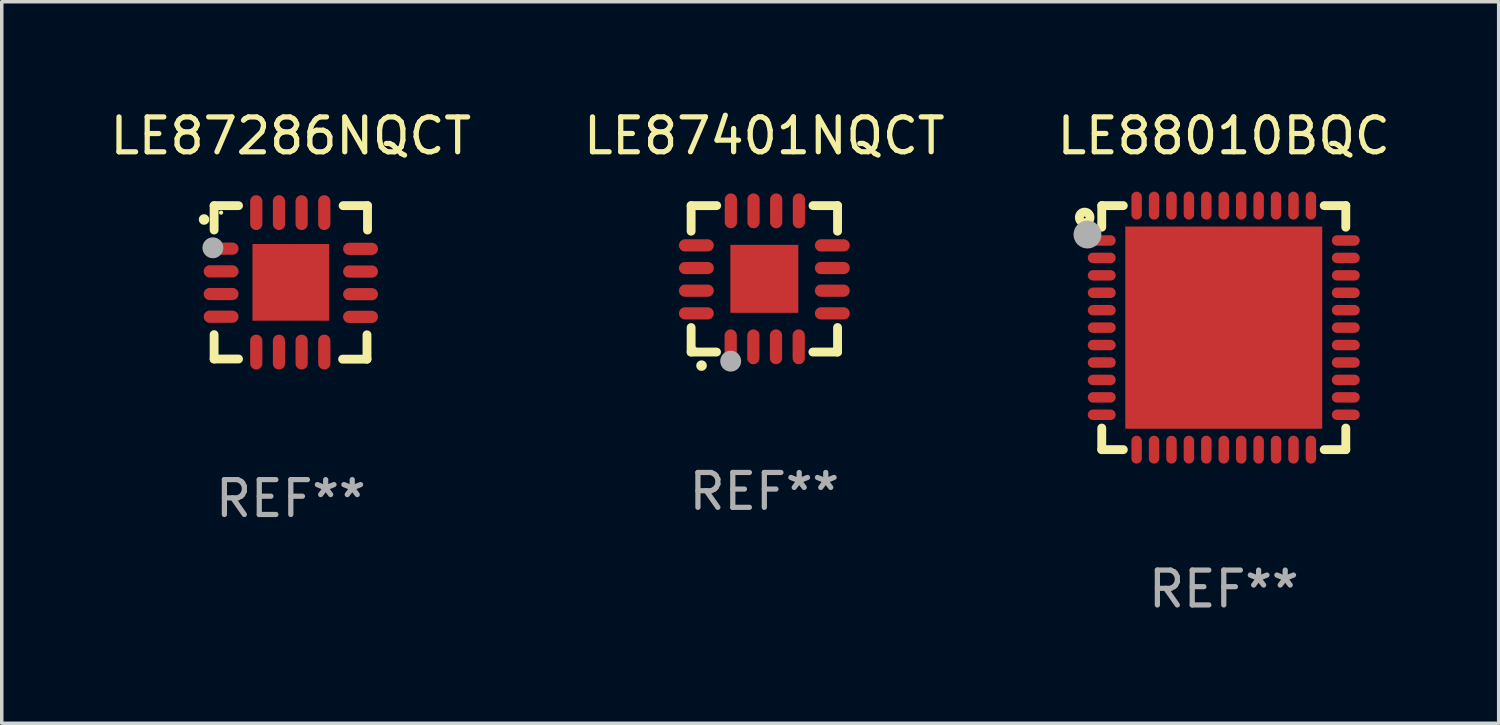
<source format=kicad_pcb>
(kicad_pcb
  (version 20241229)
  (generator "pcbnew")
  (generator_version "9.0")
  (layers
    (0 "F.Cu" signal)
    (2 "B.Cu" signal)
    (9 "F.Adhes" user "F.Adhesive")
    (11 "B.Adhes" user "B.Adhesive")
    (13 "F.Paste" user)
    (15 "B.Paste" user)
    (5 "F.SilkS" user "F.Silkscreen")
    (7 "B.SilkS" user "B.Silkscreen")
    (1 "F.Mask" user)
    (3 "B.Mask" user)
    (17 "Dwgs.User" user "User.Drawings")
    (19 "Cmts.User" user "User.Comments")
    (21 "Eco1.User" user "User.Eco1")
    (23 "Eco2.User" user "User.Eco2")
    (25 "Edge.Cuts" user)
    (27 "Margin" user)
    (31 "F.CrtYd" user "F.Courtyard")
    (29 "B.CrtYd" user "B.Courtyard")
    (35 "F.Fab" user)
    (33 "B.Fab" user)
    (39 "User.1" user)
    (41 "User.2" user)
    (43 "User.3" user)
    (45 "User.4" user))
  (footprint "LE87286NQCT"
    (layer "F.Cu")
    (at 5.292 5.051)
    (property "Reference" "LE87286NQCT" (at 0 -4.202 0) (layer "F.SilkS") (effects (font (size 1 1) (thickness 0.15))))
    (attr through_hole)
    (fp_line (start -2.2 -2.202) (end -1.5 -2.202) (stroke (width 0.254) (type solid)) (layer "F.SilkS"))
    (fp_line (start -2.2 -1.503) (end -2.2 -2.202) (stroke (width 0.254) (type solid)) (layer "F.SilkS"))
    (fp_line (start -2.2 1.498) (end -2.2 2.197) (stroke (width 0.254) (type solid)) (layer "F.SilkS"))
    (fp_line (start -2.2 2.197) (end -1.5 2.197) (stroke (width 0.254) (type solid)) (layer "F.SilkS"))
    (fp_line (start 1.485 2.202) (end 2.185 2.202) (stroke (width 0.254) (type solid)) (layer "F.SilkS"))
    (fp_line (start 2.185 2.202) (end 2.185 1.503) (stroke (width 0.254) (type solid)) (layer "F.SilkS"))
    (fp_line (start 2.2 -2.202) (end 1.5 -2.202) (stroke (width 0.254) (type solid)) (layer "F.SilkS"))
    (fp_line (start 2.2 -1.503) (end 2.2 -2.202) (stroke (width 0.254) (type solid)) (layer "F.SilkS"))
    (fp_arc (start -2.489205 -1.803404) (mid -2.48921 -1.804674) (end -2.489205 -1.805944) (stroke (width 0.3) (type solid)) (layer "F.SilkS"))
    (fp_circle (center -2 -2.002) (end -1.97 -2.002) (stroke (width 0.06) (type solid)) (fill no) (layer "F.SilkS"))
    (fp_circle (center -2.235 -0.993) (end -2.085 -0.993) (stroke (width 0.3) (type solid)) (fill no) (layer "F.Fab"))
    (fp_text user "REF**" (at 0 6.202 0) (layer "F.Fab") (effects (font (size 1 1) (thickness 0.15))))
    (pad "1" smd oval (at -2 -0.968 270) (size 0.35 1) (layers "F.Cu" "F.Mask" "F.Paste"))
    (pad "2" smd oval (at -2 -0.317 270) (size 0.35 1) (layers "F.Cu" "F.Mask" "F.Paste"))
    (pad "3" smd oval (at -2 0.333 270) (size 0.35 1) (layers "F.Cu" "F.Mask" "F.Paste"))
    (pad "4" smd oval (at -2 0.983 270) (size 0.35 1) (layers "F.Cu" "F.Mask" "F.Paste"))
    (pad "5" smd oval (at -0.991 1.998) (size 0.35 1) (layers "F.Cu" "F.Mask" "F.Paste"))
    (pad "6" smd oval (at -0.34 1.998) (size 0.35 1) (layers "F.Cu" "F.Mask" "F.Paste"))
    (pad "7" smd oval (at 0.31 1.998) (size 0.35 1) (layers "F.Cu" "F.Mask" "F.Paste"))
    (pad "8" smd oval (at 0.96 1.998) (size 0.35 1) (layers "F.Cu" "F.Mask" "F.Paste"))
    (pad "9" smd oval (at 2 0.988 270) (size 0.35 1) (layers "F.Cu" "F.Mask" "F.Paste"))
    (pad "10" smd oval (at 2 0.338 270) (size 0.35 1) (layers "F.Cu" "F.Mask" "F.Paste"))
    (pad "11" smd oval (at 2 -0.312 270) (size 0.35 1) (layers "F.Cu" "F.Mask" "F.Paste"))
    (pad "12" smd oval (at 2 -0.963 270) (size 0.35 1) (layers "F.Cu" "F.Mask" "F.Paste"))
    (pad "13" smd oval (at 0.96 -2.002) (size 0.35 1) (layers "F.Cu" "F.Mask" "F.Paste"))
    (pad "14" smd oval (at 0.31 -2.002) (size 0.35 1) (layers "F.Cu" "F.Mask" "F.Paste"))
    (pad "15" smd oval (at -0.34 -2.002) (size 0.35 1) (layers "F.Cu" "F.Mask" "F.Paste"))
    (pad "16" smd oval (at -0.991 -2.002) (size 0.35 1) (layers "F.Cu" "F.Mask" "F.Paste"))
    (pad "17" smd rect (at -0.000102 -0.002) (size 2.2 2.2) (layers "F.Cu" "F.Mask" "F.Paste")))
  (footprint "LE88010BQC"
    (layer "F.Cu")
    (at 32.054 6.348)
    (property "Reference" "LE88010BQC" (at 0 -5.5 0) (layer "F.SilkS") (effects (font (size 1 1) (thickness 0.15))))
    (attr through_hole)
    (fp_line (start -3.5 -3.5) (end -2.881 -3.5) (stroke (width 0.254) (type solid)) (layer "F.SilkS"))
    (fp_line (start -3.5 -2.881) (end -3.5 -3.5) (stroke (width 0.254) (type solid)) (layer "F.SilkS"))
    (fp_line (start -3.5 3.5) (end -3.5 2.881) (stroke (width 0.254) (type solid)) (layer "F.SilkS"))
    (fp_line (start -2.881 3.5) (end -3.5 3.5) (stroke (width 0.254) (type solid)) (layer "F.SilkS"))
    (fp_line (start 2.881 -3.5) (end 3.5 -3.5) (stroke (width 0.254) (type solid)) (layer "F.SilkS"))
    (fp_line (start 3.5 -3.5) (end 3.5 -2.881) (stroke (width 0.254) (type solid)) (layer "F.SilkS"))
    (fp_line (start 3.5 2.881) (end 3.5 3.5) (stroke (width 0.254) (type solid)) (layer "F.SilkS"))
    (fp_line (start 3.5 3.5) (end 2.881 3.5) (stroke (width 0.254) (type solid)) (layer "F.SilkS"))
    (fp_circle (center -3.99 -3.16) (end -3.837 -3.16) (stroke (width 0.254) (type solid)) (fill no) (layer "F.SilkS"))
    (fp_circle (center -3.496 -3.5) (end -3.466 -3.5) (stroke (width 0.06) (type solid)) (fill no) (layer "F.SilkS"))
    (fp_circle (center -3.91 -2.67) (end -3.71 -2.67) (stroke (width 0.4) (type solid)) (fill no) (layer "F.Fab"))
    (fp_text user "REF**" (at 0 7.5 0) (layer "F.Fab") (effects (font (size 1 1) (thickness 0.15))))
    (pad "1" smd oval (at -3.5 -2.5) (size 0.8 0.3) (layers "F.Cu" "F.Mask" "F.Paste"))
    (pad "2" smd oval (at -3.5 -2) (size 0.8 0.3) (layers "F.Cu" "F.Mask" "F.Paste"))
    (pad "3" smd oval (at -3.5 -1.5) (size 0.8 0.3) (layers "F.Cu" "F.Mask" "F.Paste"))
    (pad "4" smd oval (at -3.5 -1) (size 0.8 0.3) (layers "F.Cu" "F.Mask" "F.Paste"))
    (pad "5" smd oval (at -3.5 -0.5) (size 0.8 0.3) (layers "F.Cu" "F.Mask" "F.Paste"))
    (pad "6" smd oval (at -3.5 -0.00014) (size 0.8 0.3) (layers "F.Cu" "F.Mask" "F.Paste"))
    (pad "7" smd oval (at -3.5 0.5) (size 0.8 0.3) (layers "F.Cu" "F.Mask" "F.Paste"))
    (pad "8" smd oval (at -3.5 1) (size 0.8 0.3) (layers "F.Cu" "F.Mask" "F.Paste"))
    (pad "9" smd oval (at -3.5 1.5) (size 0.8 0.3) (layers "F.Cu" "F.Mask" "F.Paste"))
    (pad "10" smd oval (at -3.5 2) (size 0.8 0.3) (layers "F.Cu" "F.Mask" "F.Paste"))
    (pad "11" smd oval (at -3.5 2.5) (size 0.8 0.3) (layers "F.Cu" "F.Mask" "F.Paste"))
    (pad "12" smd oval (at -2.5 3.5) (size 0.3 0.8) (layers "F.Cu" "F.Mask" "F.Paste"))
    (pad "13" smd oval (at -2 3.5) (size 0.3 0.8) (layers "F.Cu" "F.Mask" "F.Paste"))
    (pad "14" smd oval (at -1.5 3.5) (size 0.3 0.8) (layers "F.Cu" "F.Mask" "F.Paste"))
    (pad "15" smd oval (at -1 3.5) (size 0.3 0.8) (layers "F.Cu" "F.Mask" "F.Paste"))
    (pad "16" smd oval (at -0.5 3.5) (size 0.3 0.8) (layers "F.Cu" "F.Mask" "F.Paste"))
    (pad "17" smd oval (at -0.000127 3.5) (size 0.3 0.8) (layers "F.Cu" "F.Mask" "F.Paste"))
    (pad "18" smd oval (at 0.5 3.5) (size 0.3 0.8) (layers "F.Cu" "F.Mask" "F.Paste"))
    (pad "19" smd oval (at 1 3.5) (size 0.3 0.8) (layers "F.Cu" "F.Mask" "F.Paste"))
    (pad "20" smd oval (at 1.5 3.5) (size 0.3 0.8) (layers "F.Cu" "F.Mask" "F.Paste"))
    (pad "21" smd oval (at 2 3.5) (size 0.3 0.8) (layers "F.Cu" "F.Mask" "F.Paste"))
    (pad "22" smd oval (at 2.5 3.5) (size 0.3 0.8) (layers "F.Cu" "F.Mask" "F.Paste"))
    (pad "23" smd oval (at 3.5 2.5) (size 0.8 0.3) (layers "F.Cu" "F.Mask" "F.Paste"))
    (pad "24" smd oval (at 3.5 2) (size 0.8 0.3) (layers "F.Cu" "F.Mask" "F.Paste"))
    (pad "25" smd oval (at 3.5 1.5) (size 0.8 0.3) (layers "F.Cu" "F.Mask" "F.Paste"))
    (pad "26" smd oval (at 3.5 1) (size 0.8 0.3) (layers "F.Cu" "F.Mask" "F.Paste"))
    (pad "27" smd oval (at 3.5 0.5) (size 0.8 0.3) (layers "F.Cu" "F.Mask" "F.Paste"))
    (pad "28" smd oval (at 3.5 -0.00014) (size 0.8 0.3) (layers "F.Cu" "F.Mask" "F.Paste"))
    (pad "29" smd oval (at 3.5 -0.5) (size 0.8 0.3) (layers "F.Cu" "F.Mask" "F.Paste"))
    (pad "30" smd oval (at 3.5 -1) (size 0.8 0.3) (layers "F.Cu" "F.Mask" "F.Paste"))
    (pad "31" smd oval (at 3.5 -1.5) (size 0.8 0.3) (layers "F.Cu" "F.Mask" "F.Paste"))
    (pad "32" smd oval (at 3.5 -2) (size 0.8 0.3) (layers "F.Cu" "F.Mask" "F.Paste"))
    (pad "33" smd oval (at 3.5 -2.5) (size 0.8 0.3) (layers "F.Cu" "F.Mask" "F.Paste"))
    (pad "34" smd oval (at 2.5 -3.5) (size 0.3 0.8) (layers "F.Cu" "F.Mask" "F.Paste"))
    (pad "35" smd oval (at 2 -3.5) (size 0.3 0.8) (layers "F.Cu" "F.Mask" "F.Paste"))
    (pad "36" smd oval (at 1.5 -3.5) (size 0.3 0.8) (layers "F.Cu" "F.Mask" "F.Paste"))
    (pad "37" smd oval (at 1 -3.5) (size 0.3 0.8) (layers "F.Cu" "F.Mask" "F.Paste"))
    (pad "38" smd oval (at 0.5 -3.5) (size 0.3 0.8) (layers "F.Cu" "F.Mask" "F.Paste"))
    (pad "39" smd oval (at -0.000127 -3.5) (size 0.3 0.8) (layers "F.Cu" "F.Mask" "F.Paste"))
    (pad "40" smd oval (at -0.5 -3.5) (size 0.3 0.8) (layers "F.Cu" "F.Mask" "F.Paste"))
    (pad "41" smd oval (at -1 -3.5) (size 0.3 0.8) (layers "F.Cu" "F.Mask" "F.Paste"))
    (pad "42" smd oval (at -1.5 -3.5) (size 0.3 0.8) (layers "F.Cu" "F.Mask" "F.Paste"))
    (pad "43" smd oval (at -2 -3.5) (size 0.3 0.8) (layers "F.Cu" "F.Mask" "F.Paste"))
    (pad "44" smd oval (at -2.5 -3.5) (size 0.3 0.8) (layers "F.Cu" "F.Mask" "F.Paste"))
    (pad "45" smd rect (at -0.000127 -0.00014) (size 5.65 5.8) (layers "F.Cu" "F.Mask" "F.Paste")))
  (footprint "LE87401NQCT"
    (layer "F.Cu")
    (at 18.875 4.948)
    (property "Reference" "LE87401NQCT" (at 0 -4.1 0) (layer "F.SilkS") (effects (font (size 1 1) (thickness 0.15))))
    (attr through_hole)
    (fp_line (start -2.1 -2.1) (end -1.366 -2.1) (stroke (width 0.254) (type solid)) (layer "F.SilkS"))
    (fp_line (start -2.1 -1.366) (end -2.1 -2.1) (stroke (width 0.254) (type solid)) (layer "F.SilkS"))
    (fp_line (start -2.1 2.1) (end -2.1 1.397) (stroke (width 0.254) (type solid)) (layer "F.SilkS"))
    (fp_line (start -2.1 2.1) (end -1.371 2.1) (stroke (width 0.254) (type solid)) (layer "F.SilkS"))
    (fp_line (start 1.392 2.1) (end 2.1 2.1) (stroke (width 0.254) (type solid)) (layer "F.SilkS"))
    (fp_line (start 1.397 -2.1) (end 2.1 -2.1) (stroke (width 0.254) (type solid)) (layer "F.SilkS"))
    (fp_line (start 2.1 -1.366) (end 2.1 -2.1) (stroke (width 0.254) (type solid)) (layer "F.SilkS"))
    (fp_line (start 2.1 2.1) (end 2.1 1.397) (stroke (width 0.254) (type solid)) (layer "F.SilkS"))
    (fp_arc (start -1.803404 2.489205) (mid -1.802134 2.4892) (end -1.800864 2.489205) (stroke (width 0.3) (type solid)) (layer "F.SilkS"))
    (fp_circle (center -2 2) (end -1.97 2) (stroke (width 0.06) (type solid)) (fill no) (layer "F.SilkS"))
    (fp_circle (center -0.965 2.362) (end -0.815 2.362) (stroke (width 0.3) (type solid)) (fill no) (layer "F.Fab"))
    (fp_text user "REF**" (at 0 6.1 0) (layer "F.Fab") (effects (font (size 1 1) (thickness 0.15))))
    (pad "1" smd oval (at -0.965 1.95) (size 0.35 1) (layers "F.Cu" "F.Mask" "F.Paste"))
    (pad "2" smd oval (at -0.315 1.95) (size 0.35 1) (layers "F.Cu" "F.Mask" "F.Paste"))
    (pad "3" smd oval (at 0.335 1.95) (size 0.35 1) (layers "F.Cu" "F.Mask" "F.Paste"))
    (pad "4" smd oval (at 0.986 1.95) (size 0.35 1) (layers "F.Cu" "F.Mask" "F.Paste"))
    (pad "5" smd oval (at 1.95 0.991) (size 1 0.35) (layers "F.Cu" "F.Mask" "F.Paste"))
    (pad "6" smd oval (at 1.95 0.34) (size 1 0.35) (layers "F.Cu" "F.Mask" "F.Paste"))
    (pad "7" smd oval (at 1.95 -0.31) (size 1 0.35) (layers "F.Cu" "F.Mask" "F.Paste"))
    (pad "8" smd oval (at 1.95 -0.96) (size 1 0.35) (layers "F.Cu" "F.Mask" "F.Paste"))
    (pad "9" smd oval (at 0.991 -1.95) (size 0.35 1) (layers "F.Cu" "F.Mask" "F.Paste"))
    (pad "10" smd oval (at 0.34 -1.95) (size 0.35 1) (layers "F.Cu" "F.Mask" "F.Paste"))
    (pad "11" smd oval (at -0.31 -1.95) (size 0.35 1) (layers "F.Cu" "F.Mask" "F.Paste"))
    (pad "12" smd oval (at -0.96 -1.95) (size 0.35 1) (layers "F.Cu" "F.Mask" "F.Paste"))
    (pad "13" smd oval (at -1.95 -0.96) (size 1 0.35) (layers "F.Cu" "F.Mask" "F.Paste"))
    (pad "14" smd oval (at -1.95 -0.31) (size 1 0.35) (layers "F.Cu" "F.Mask" "F.Paste"))
    (pad "15" smd oval (at -1.95 0.34) (size 1 0.35) (layers "F.Cu" "F.Mask" "F.Paste"))
    (pad "16" smd oval (at -1.95 0.991) (size 1 0.35) (layers "F.Cu" "F.Mask" "F.Paste"))
    (pad "17" smd rect (at 0 0) (size 1.95 1.95) (layers "F.Cu" "F.Mask" "F.Paste")))
  (gr_rect
    (start -3 -3)
    (end 39.94 17.697)
    (stroke (width 0.1) (type default))
    (fill no)
    (layer "Edge.Cuts")))
</source>
